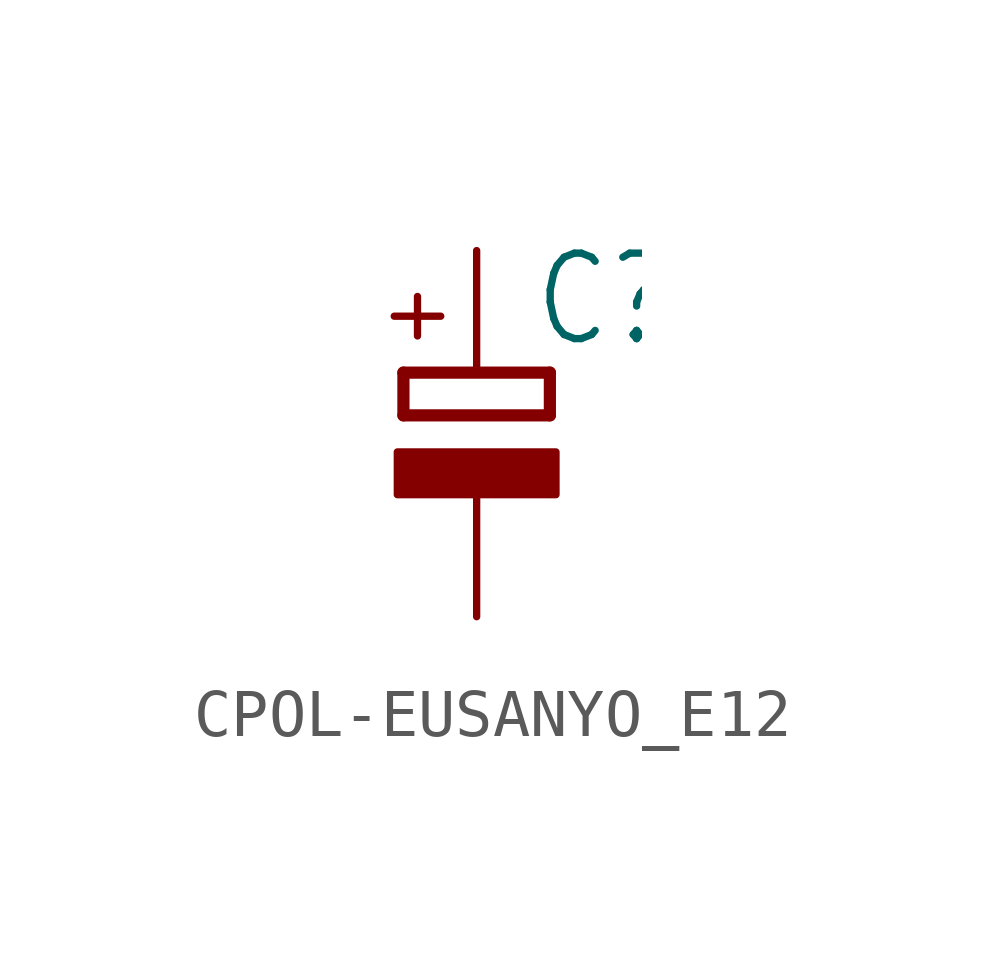
<source format=kicad_sym>
(kicad_symbol_lib
  (version 20241209)
  (generator "kicad_symbol_editor")
  (generator_version "9.0")
  (symbol "CPOL-EUSANYO_E12"
    (property "Reference" "C"
      (at 1.143 0.483 0)
      (effects (font (size 1.778 1.511)) (justify left bottom)))
    (property "Value" ""
      (at 1.143 -4.597 0)
      (effects (font (size 1.778 1.511)) (justify left bottom)))
    (property "ki_locked" ""
      (at 0 0 0)
      (effects (font (size 1.27 1.27))))
    (symbol "CPOL-EUSANYO_E12_1_0"
      (rectangle (start -1.651 -2.54) (end 1.651 -1.651) (stroke (width 0) (type default)) (fill (type outline)))
      (polyline (pts (xy -1.524 0) (xy -1.524 -0.889)) (stroke (width 0.254) (type solid)) (fill (type none)))
      (polyline (pts (xy -1.524 0) (xy 1.524 0)) (stroke (width 0.254) (type solid)) (fill (type none)))
      (polyline (pts (xy -1.524 -0.889) (xy 1.524 -0.889)) (stroke (width 0.254) (type solid)) (fill (type none)))
      (polyline (pts (xy 1.524 -0.889) (xy 1.524 0)) (stroke (width 0.254) (type solid)) (fill (type none)))
      (text "+" (at -0.584 0.406 900) (effects (font (size 1.27 1.079)) (justify left bottom)))
      (pin passive line (at 0 2.54 270) (length 2.54) (name "+" (effects (font (size 0 0)))) (number "+" (effects (font (size 0 0)))))
      (pin passive line (at 0 -5.08 90) (length 2.54) (name "-" (effects (font (size 0 0)))) (number "-" (effects (font (size 0 0))))))))
</source>
